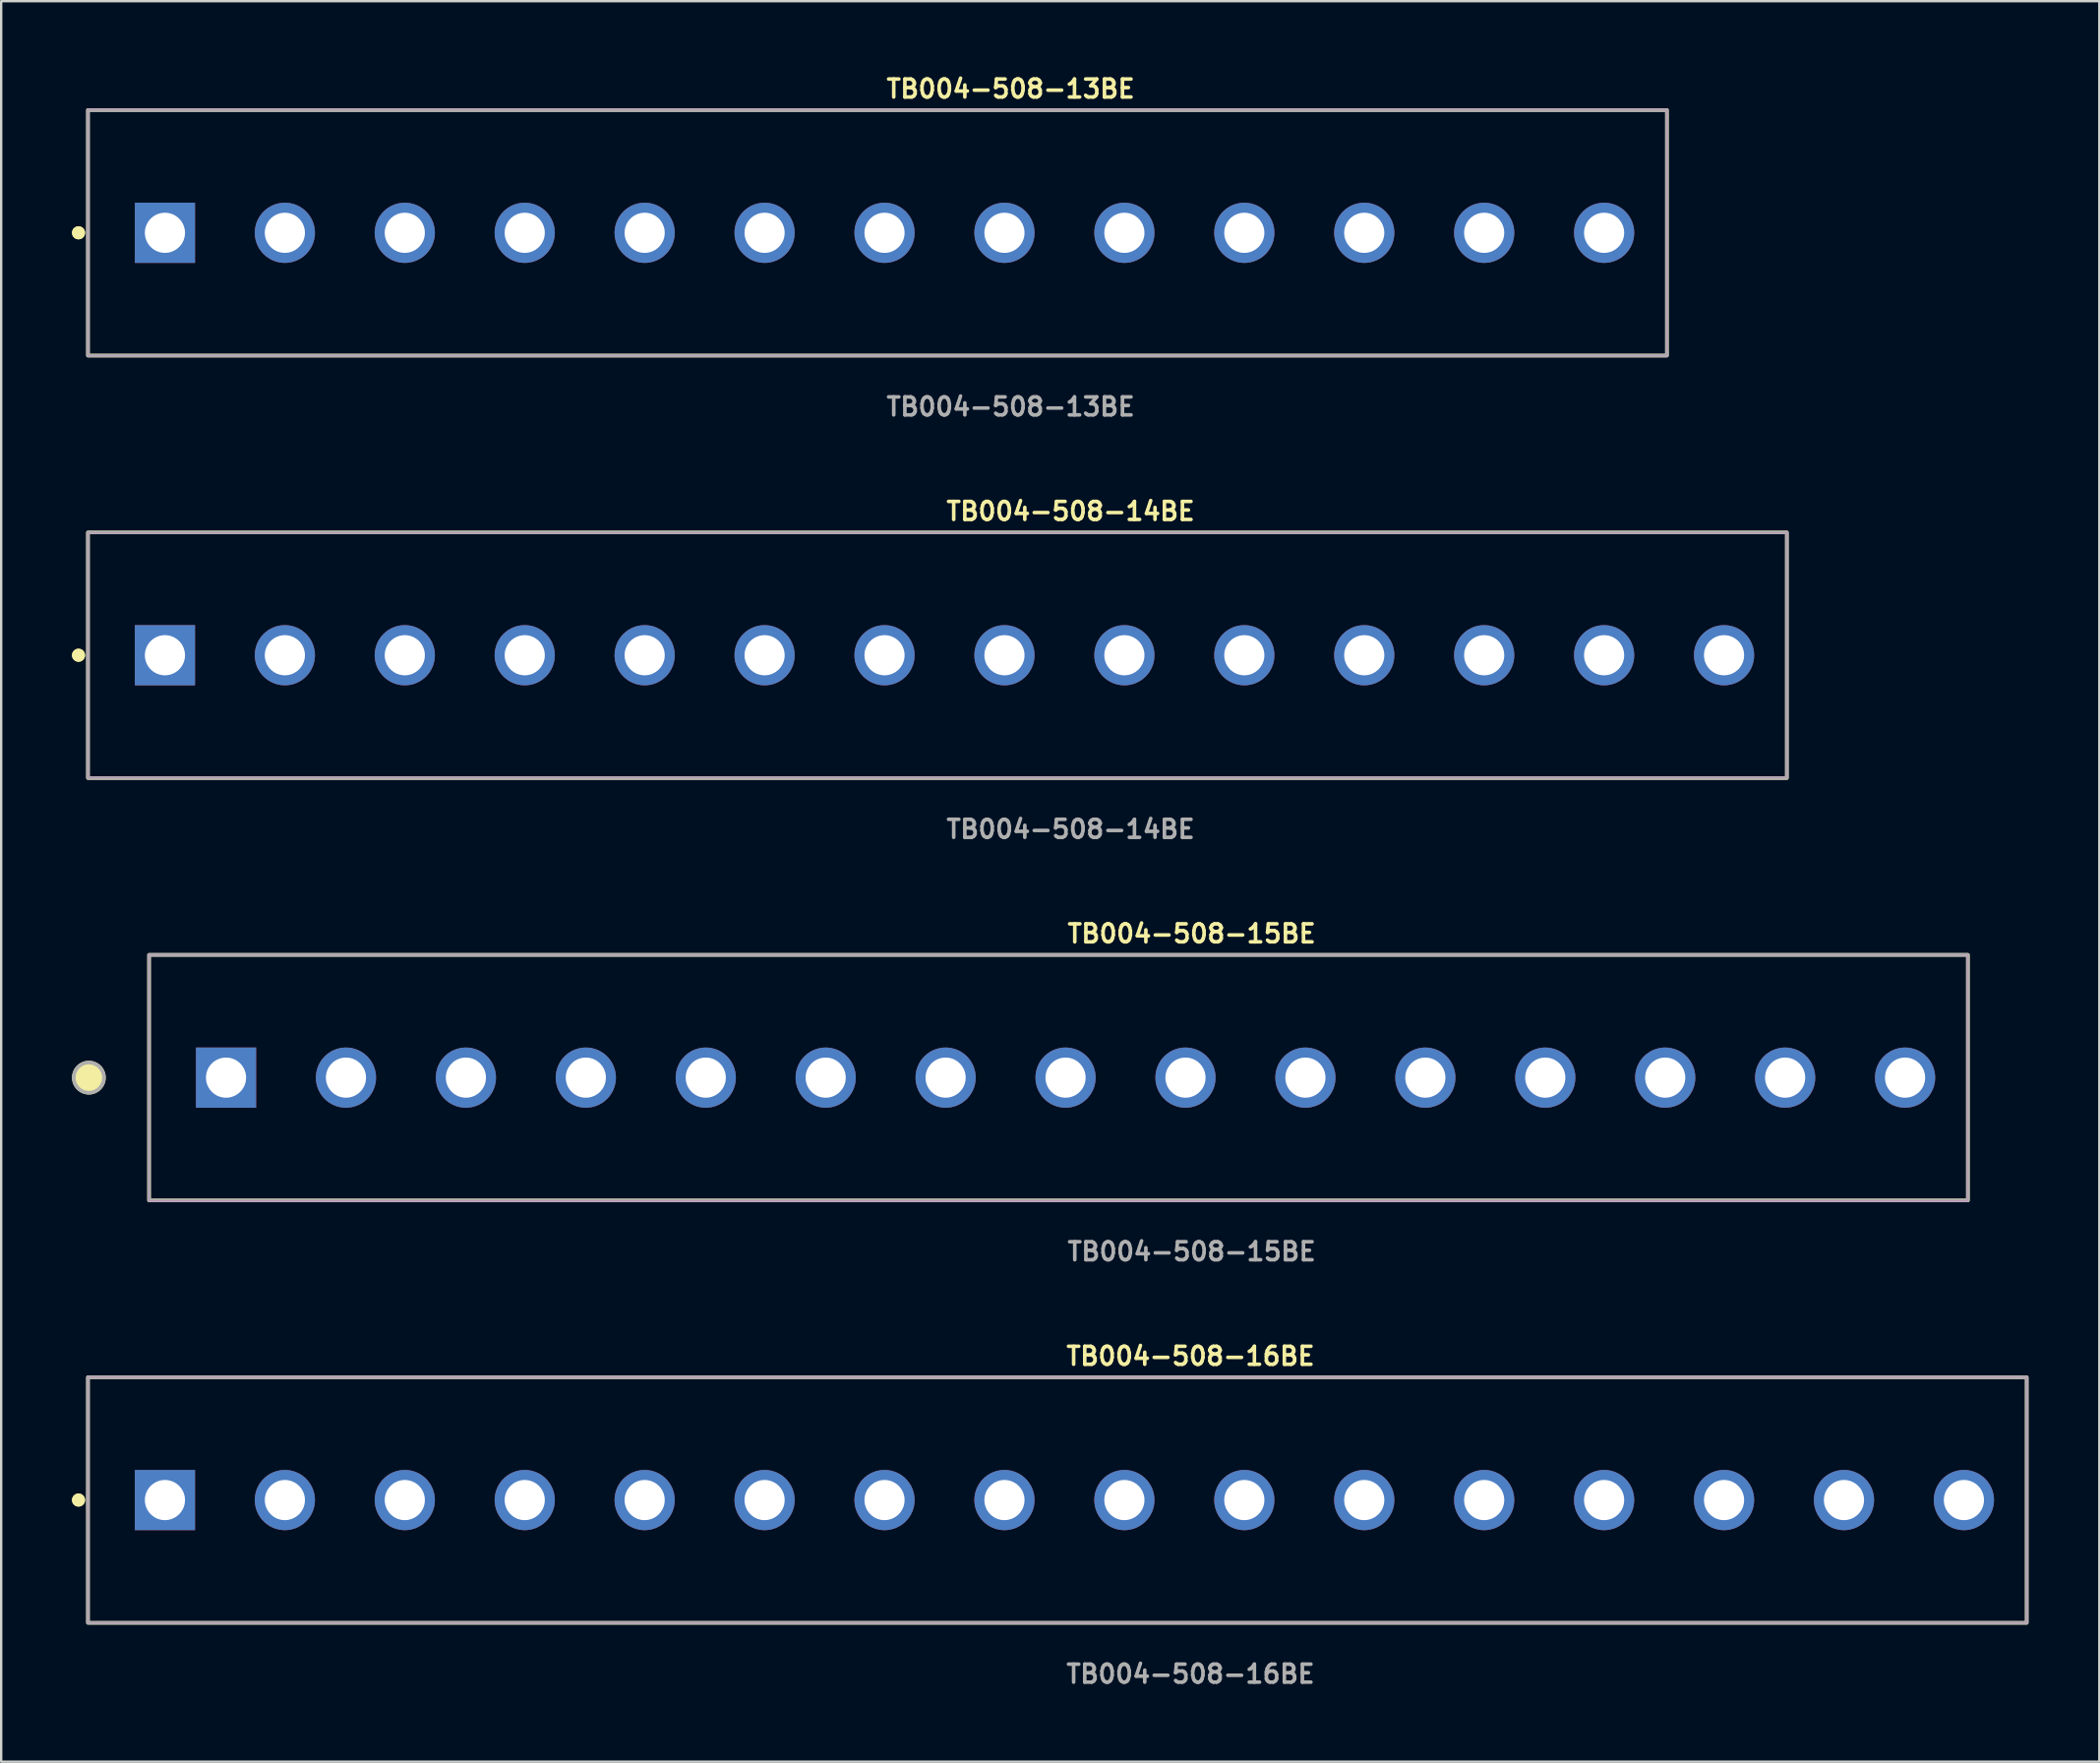
<source format=kicad_pcb>
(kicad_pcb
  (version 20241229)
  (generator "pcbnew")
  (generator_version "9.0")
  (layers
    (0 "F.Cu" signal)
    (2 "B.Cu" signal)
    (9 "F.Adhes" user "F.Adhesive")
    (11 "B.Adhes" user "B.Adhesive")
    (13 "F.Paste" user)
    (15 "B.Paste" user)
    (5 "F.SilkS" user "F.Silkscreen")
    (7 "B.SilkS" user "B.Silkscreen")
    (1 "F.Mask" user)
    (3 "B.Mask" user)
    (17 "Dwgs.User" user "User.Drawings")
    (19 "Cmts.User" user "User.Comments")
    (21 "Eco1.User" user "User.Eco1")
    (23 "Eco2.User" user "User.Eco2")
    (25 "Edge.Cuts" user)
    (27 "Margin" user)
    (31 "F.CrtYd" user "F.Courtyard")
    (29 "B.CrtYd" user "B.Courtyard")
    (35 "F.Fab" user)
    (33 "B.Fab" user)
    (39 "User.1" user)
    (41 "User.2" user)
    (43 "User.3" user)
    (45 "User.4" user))
  (footprint "TB004-508-15BE"
    (layer "F.Cu")
    (at 42.084 42.586)
    (property "Reference" "TB004-508-15BE" (at 0 -6.096 0) (unlocked yes) (layer "F.SilkS") (effects (font (size 0.762 0.762) (thickness 0.152)) (justify left)))
    (fp_rect (start -38.82 5.2) (end 38.22 -5.2) (stroke (width 0.152) (type solid)) (fill no) (layer "F.SilkS"))
    (fp_circle (center -41.37 0) (end -42.008 0) (stroke (width 0.152) (type solid)) (fill yes) (layer "F.SilkS"))
    (fp_rect (start -38.82 5.2) (end 38.22 -5.2) (stroke (width 0.006) (type solid)) (fill no) (layer "F.CrtYd"))
    (fp_rect (start -38.82 5.2) (end 38.22 -5.2) (stroke (width 0.152) (type solid)) (fill no) (layer "F.Fab"))
    (fp_circle (center -41.37 0) (end -42.008 0) (stroke (width 0.152) (type solid)) (fill no) (layer "F.Fab"))
    (fp_text user "${REFERENCE}" (at 0 7.366 0) (unlocked yes) (layer "F.Fab") (effects (font (size 0.762 0.762) (thickness 0.152)) (justify left)))
    (pad "1" thru_hole rect (at -35.56 0) (size 2.55 2.55) (drill 1.7) (layers "*.Cu" "*.Mask"))
    (pad "2" thru_hole circle (at -30.48 0) (size 2.55 2.55) (drill 1.7) (layers "*.Cu" "*.Mask"))
    (pad "3" thru_hole circle (at -25.4 0) (size 2.55 2.55) (drill 1.7) (layers "*.Cu" "*.Mask"))
    (pad "4" thru_hole circle (at -20.32 0) (size 2.55 2.55) (drill 1.7) (layers "*.Cu" "*.Mask"))
    (pad "5" thru_hole circle (at -15.24 0) (size 2.55 2.55) (drill 1.7) (layers "*.Cu" "*.Mask"))
    (pad "6" thru_hole circle (at -10.16 0) (size 2.55 2.55) (drill 1.7) (layers "*.Cu" "*.Mask"))
    (pad "7" thru_hole circle (at -5.08 0) (size 2.55 2.55) (drill 1.7) (layers "*.Cu" "*.Mask"))
    (pad "8" thru_hole circle (at 0 0) (size 2.55 2.55) (drill 1.7) (layers "*.Cu" "*.Mask"))
    (pad "9" thru_hole circle (at 5.08 0) (size 2.55 2.55) (drill 1.7) (layers "*.Cu" "*.Mask"))
    (pad "10" thru_hole circle (at 10.16 0) (size 2.55 2.55) (drill 1.7) (layers "*.Cu" "*.Mask"))
    (pad "11" thru_hole circle (at 15.24 0) (size 2.55 2.55) (drill 1.7) (layers "*.Cu" "*.Mask"))
    (pad "12" thru_hole circle (at 20.32 0) (size 2.55 2.55) (drill 1.7) (layers "*.Cu" "*.Mask"))
    (pad "13" thru_hole circle (at 25.4 0) (size 2.55 2.55) (drill 1.7) (layers "*.Cu" "*.Mask"))
    (pad "14" thru_hole circle (at 30.48 0) (size 2.55 2.55) (drill 1.7) (layers "*.Cu" "*.Mask"))
    (pad "15" thru_hole circle (at 35.56 0) (size 2.55 2.55) (drill 1.7) (layers "*.Cu" "*.Mask")))
  (footprint "TB004-508-13BE"
    (layer "F.Cu")
    (at 34.416 6.809)
    (property "Reference" "TB004-508-13BE" (at 0 -6.096 0) (unlocked yes) (layer "F.SilkS") (effects (font (size 0.762 0.762) (thickness 0.152)) (justify left)))
    (fp_rect (start -33.74 5.2) (end 33.14 -5.2) (stroke (width 0.152) (type solid)) (fill no) (layer "F.SilkS"))
    (fp_circle (center -34.14 0) (end -34.34 0) (stroke (width 0.152) (type solid)) (fill yes) (layer "F.SilkS"))
    (fp_circle (center -34.14 0) (end -34.34 0) (stroke (width 0.152) (type solid)) (fill yes) (layer "F.SilkS"))
    (fp_rect (start -33.74 5.2) (end 33.14 -5.2) (stroke (width 0.006) (type solid)) (fill no) (layer "F.CrtYd"))
    (fp_rect (start -33.74 5.2) (end 33.14 -5.2) (stroke (width 0.152) (type solid)) (fill no) (layer "F.Fab"))
    (fp_text user "${REFERENCE}" (at 0 7.366 0) (unlocked yes) (layer "F.Fab") (effects (font (size 0.762 0.762) (thickness 0.152)) (justify left)))
    (pad "1" thru_hole rect (at -30.48 0) (size 2.55 2.55) (drill 1.7) (layers "*.Cu" "*.Mask"))
    (pad "2" thru_hole circle (at -25.4 0) (size 2.55 2.55) (drill 1.7) (layers "*.Cu" "*.Mask"))
    (pad "3" thru_hole circle (at -20.32 0) (size 2.55 2.55) (drill 1.7) (layers "*.Cu" "*.Mask"))
    (pad "4" thru_hole circle (at -15.24 0) (size 2.55 2.55) (drill 1.7) (layers "*.Cu" "*.Mask"))
    (pad "5" thru_hole circle (at -10.16 0) (size 2.55 2.55) (drill 1.7) (layers "*.Cu" "*.Mask"))
    (pad "6" thru_hole circle (at -5.08 0) (size 2.55 2.55) (drill 1.7) (layers "*.Cu" "*.Mask"))
    (pad "7" thru_hole circle (at 0 0) (size 2.55 2.55) (drill 1.7) (layers "*.Cu" "*.Mask"))
    (pad "8" thru_hole circle (at 5.08 0) (size 2.55 2.55) (drill 1.7) (layers "*.Cu" "*.Mask"))
    (pad "9" thru_hole circle (at 10.16 0) (size 2.55 2.55) (drill 1.7) (layers "*.Cu" "*.Mask"))
    (pad "10" thru_hole circle (at 15.24 0) (size 2.55 2.55) (drill 1.7) (layers "*.Cu" "*.Mask"))
    (pad "11" thru_hole circle (at 20.32 0) (size 2.55 2.55) (drill 1.7) (layers "*.Cu" "*.Mask"))
    (pad "12" thru_hole circle (at 25.4 0) (size 2.55 2.55) (drill 1.7) (layers "*.Cu" "*.Mask"))
    (pad "13" thru_hole circle (at 30.48 0) (size 2.55 2.55) (drill 1.7) (layers "*.Cu" "*.Mask")))
  (footprint "TB004-508-16BE"
    (layer "F.Cu")
    (at 42.036 60.475)
    (property "Reference" "TB004-508-16BE" (at 0 -6.096 0) (unlocked yes) (layer "F.SilkS") (effects (font (size 0.762 0.762) (thickness 0.152)) (justify left)))
    (fp_rect (start -41.36 5.2) (end 40.76 -5.2) (stroke (width 0.152) (type solid)) (fill no) (layer "F.SilkS"))
    (fp_circle (center -41.76 0) (end -41.96 0) (stroke (width 0.152) (type solid)) (fill yes) (layer "F.SilkS"))
    (fp_circle (center -41.76 0) (end -41.96 0) (stroke (width 0.152) (type solid)) (fill yes) (layer "F.SilkS"))
    (fp_rect (start -41.36 5.2) (end 40.76 -5.2) (stroke (width 0.006) (type solid)) (fill no) (layer "F.CrtYd"))
    (fp_rect (start -41.36 5.2) (end 40.76 -5.2) (stroke (width 0.152) (type solid)) (fill no) (layer "F.Fab"))
    (fp_text user "${REFERENCE}" (at 0 7.366 0) (unlocked yes) (layer "F.Fab") (effects (font (size 0.762 0.762) (thickness 0.152)) (justify left)))
    (pad "1" thru_hole rect (at -38.1 0) (size 2.55 2.55) (drill 1.7) (layers "*.Cu" "*.Mask"))
    (pad "2" thru_hole circle (at -33.02 0) (size 2.55 2.55) (drill 1.7) (layers "*.Cu" "*.Mask"))
    (pad "3" thru_hole circle (at -27.94 0) (size 2.55 2.55) (drill 1.7) (layers "*.Cu" "*.Mask"))
    (pad "4" thru_hole circle (at -22.86 0) (size 2.55 2.55) (drill 1.7) (layers "*.Cu" "*.Mask"))
    (pad "5" thru_hole circle (at -17.78 0) (size 2.55 2.55) (drill 1.7) (layers "*.Cu" "*.Mask"))
    (pad "6" thru_hole circle (at -12.7 0) (size 2.55 2.55) (drill 1.7) (layers "*.Cu" "*.Mask"))
    (pad "7" thru_hole circle (at -7.62 0) (size 2.55 2.55) (drill 1.7) (layers "*.Cu" "*.Mask"))
    (pad "8" thru_hole circle (at -2.54 0) (size 2.55 2.55) (drill 1.7) (layers "*.Cu" "*.Mask"))
    (pad "9" thru_hole circle (at 2.54 0) (size 2.55 2.55) (drill 1.7) (layers "*.Cu" "*.Mask"))
    (pad "10" thru_hole circle (at 7.62 0) (size 2.55 2.55) (drill 1.7) (layers "*.Cu" "*.Mask"))
    (pad "11" thru_hole circle (at 12.7 0) (size 2.55 2.55) (drill 1.7) (layers "*.Cu" "*.Mask"))
    (pad "12" thru_hole circle (at 17.78 0) (size 2.55 2.55) (drill 1.7) (layers "*.Cu" "*.Mask"))
    (pad "13" thru_hole circle (at 22.86 0) (size 2.55 2.55) (drill 1.7) (layers "*.Cu" "*.Mask"))
    (pad "14" thru_hole circle (at 27.94 0) (size 2.55 2.55) (drill 1.7) (layers "*.Cu" "*.Mask"))
    (pad "15" thru_hole circle (at 33.02 0) (size 2.55 2.55) (drill 1.7) (layers "*.Cu" "*.Mask"))
    (pad "16" thru_hole circle (at 38.1 0) (size 2.55 2.55) (drill 1.7) (layers "*.Cu" "*.Mask")))
  (footprint "TB004-508-14BE"
    (layer "F.Cu")
    (at 36.956 24.698)
    (property "Reference" "TB004-508-14BE" (at 0 -6.096 0) (unlocked yes) (layer "F.SilkS") (effects (font (size 0.762 0.762) (thickness 0.152)) (justify left)))
    (fp_rect (start -36.28 5.2) (end 35.68 -5.2) (stroke (width 0.152) (type solid)) (fill no) (layer "F.SilkS"))
    (fp_circle (center -36.68 0) (end -36.88 0) (stroke (width 0.152) (type solid)) (fill yes) (layer "F.SilkS"))
    (fp_circle (center -36.68 0) (end -36.88 0) (stroke (width 0.152) (type solid)) (fill yes) (layer "F.SilkS"))
    (fp_rect (start -36.28 5.2) (end 35.68 -5.2) (stroke (width 0.006) (type solid)) (fill no) (layer "F.CrtYd"))
    (fp_rect (start -36.28 5.2) (end 35.68 -5.2) (stroke (width 0.152) (type solid)) (fill no) (layer "F.Fab"))
    (fp_text user "${REFERENCE}" (at 0 7.366 0) (unlocked yes) (layer "F.Fab") (effects (font (size 0.762 0.762) (thickness 0.152)) (justify left)))
    (pad "1" thru_hole rect (at -33.02 0) (size 2.55 2.55) (drill 1.7) (layers "*.Cu" "*.Mask"))
    (pad "2" thru_hole circle (at -27.94 0) (size 2.55 2.55) (drill 1.7) (layers "*.Cu" "*.Mask"))
    (pad "3" thru_hole circle (at -22.86 0) (size 2.55 2.55) (drill 1.7) (layers "*.Cu" "*.Mask"))
    (pad "4" thru_hole circle (at -17.78 0) (size 2.55 2.55) (drill 1.7) (layers "*.Cu" "*.Mask"))
    (pad "5" thru_hole circle (at -12.7 0) (size 2.55 2.55) (drill 1.7) (layers "*.Cu" "*.Mask"))
    (pad "6" thru_hole circle (at -7.62 0) (size 2.55 2.55) (drill 1.7) (layers "*.Cu" "*.Mask"))
    (pad "7" thru_hole circle (at -2.54 0) (size 2.55 2.55) (drill 1.7) (layers "*.Cu" "*.Mask"))
    (pad "8" thru_hole circle (at 2.54 0) (size 2.55 2.55) (drill 1.7) (layers "*.Cu" "*.Mask"))
    (pad "9" thru_hole circle (at 7.62 0) (size 2.55 2.55) (drill 1.7) (layers "*.Cu" "*.Mask"))
    (pad "10" thru_hole circle (at 12.7 0) (size 2.55 2.55) (drill 1.7) (layers "*.Cu" "*.Mask"))
    (pad "11" thru_hole circle (at 17.78 0) (size 2.55 2.55) (drill 1.7) (layers "*.Cu" "*.Mask"))
    (pad "12" thru_hole circle (at 22.86 0) (size 2.55 2.55) (drill 1.7) (layers "*.Cu" "*.Mask"))
    (pad "13" thru_hole circle (at 27.94 0) (size 2.55 2.55) (drill 1.7) (layers "*.Cu" "*.Mask"))
    (pad "14" thru_hole circle (at 33.02 0) (size 2.55 2.55) (drill 1.7) (layers "*.Cu" "*.Mask")))
  (gr_rect
    (start -3 -3)
    (end 85.872 71.554)
    (stroke (width 0.1) (type default))
    (fill no)
    (layer "Edge.Cuts")))
</source>
